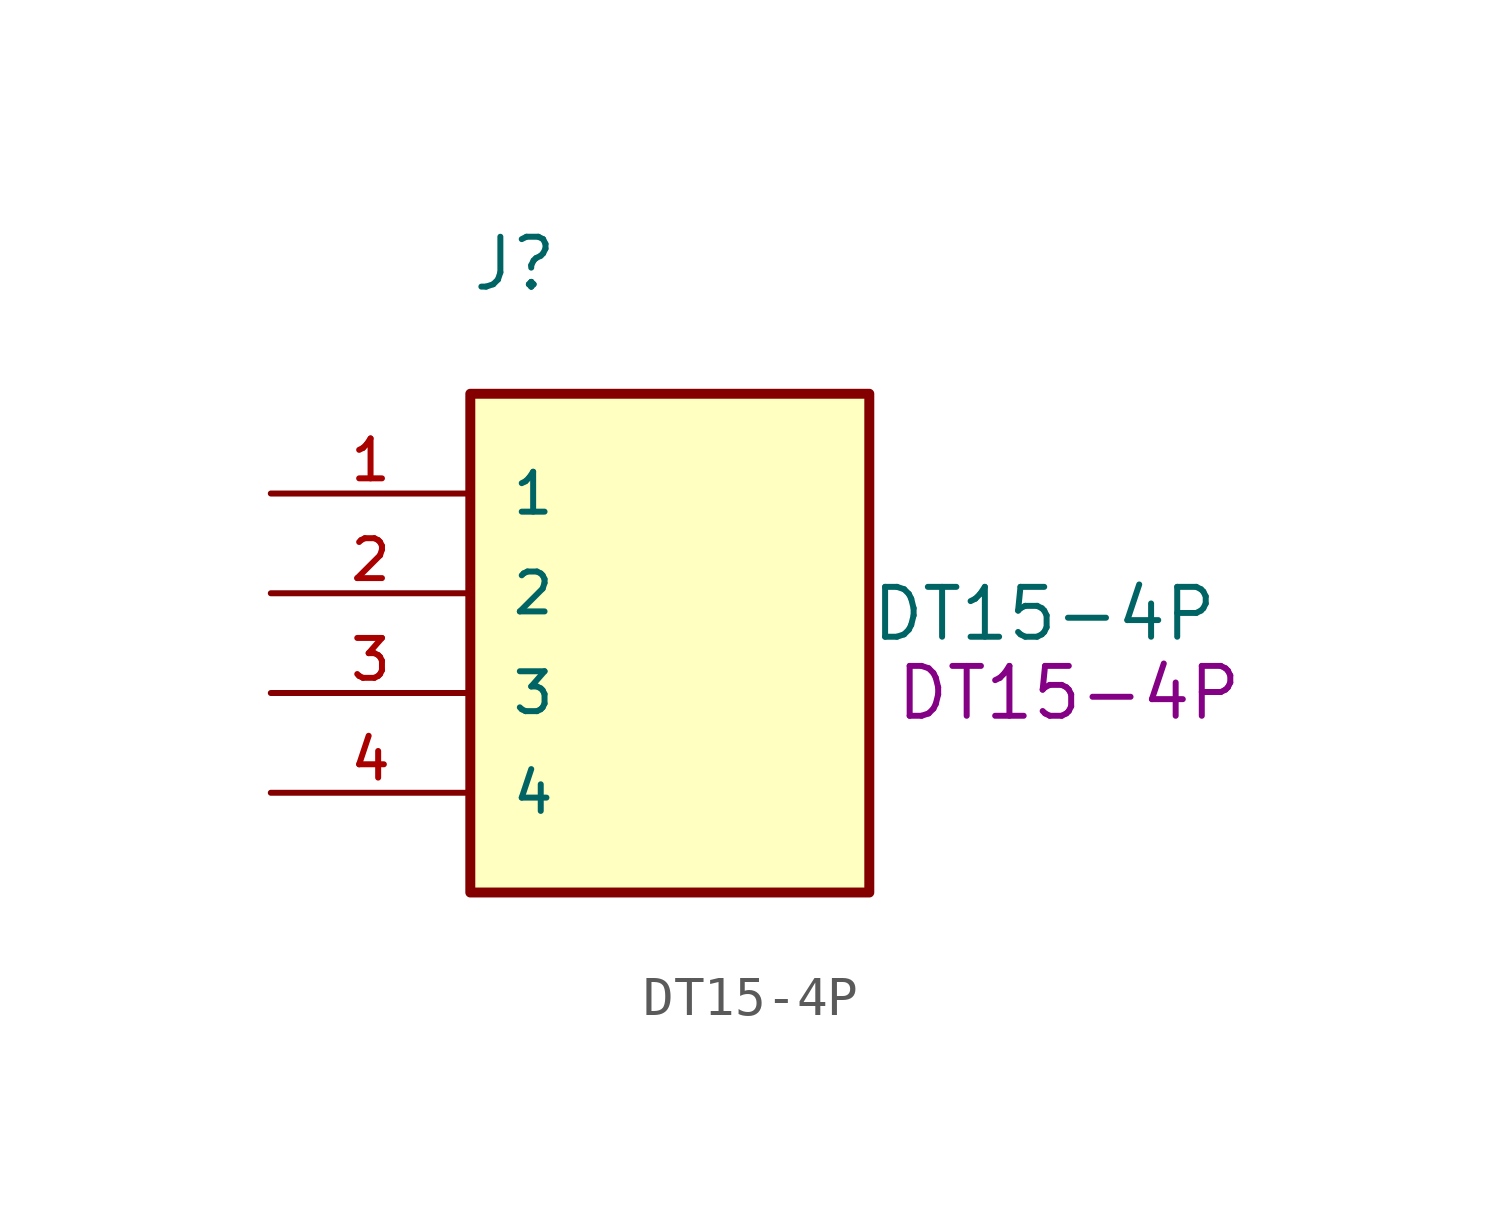
<source format=kicad_sym>
(kicad_symbol_lib
  (version 20211014)
  (generator kicad_symbol_editor)
  (symbol "DT15-4P"
    (pin_names
      (offset 1.016))
    (property "Reference" "J"
      (at -5.08 10.185 0)
      (effects (font (size 1.27 1.27)) (justify left bottom)))
    (property "Value" "DT15-4P"
      (at 5.08 1.27 0)
      (effects (font (size 1.27 1.27)) (justify left bottom)))
    (property "MPN" "DT15-4P"
      (at 10.16 0 0)
      (effects (font (size 1.27 1.27))))
    (symbol "DT15-4P_0_0"
      (rectangle (start -5.08 -5.08) (end 5.08 7.62) (stroke (width 0.254) (type default) (color 0 0 0 0)) (fill (type background)))
      (pin passive line (at -10.16 5.08 0) (length 5.08) (name "1" (effects (font (size 1.016 1.016)))) (number "1" (effects (font (size 1.016 1.016)))))
      (pin passive line (at -10.16 2.54 0) (length 5.08) (name "2" (effects (font (size 1.016 1.016)))) (number "2" (effects (font (size 1.016 1.016)))))
      (pin passive line (at -10.16 0 0) (length 5.08) (name "3" (effects (font (size 1.016 1.016)))) (number "3" (effects (font (size 1.016 1.016)))))
      (pin passive line (at -10.16 -2.54 0) (length 5.08) (name "4" (effects (font (size 1.016 1.016)))) (number "4" (effects (font (size 1.016 1.016))))))))
</source>
